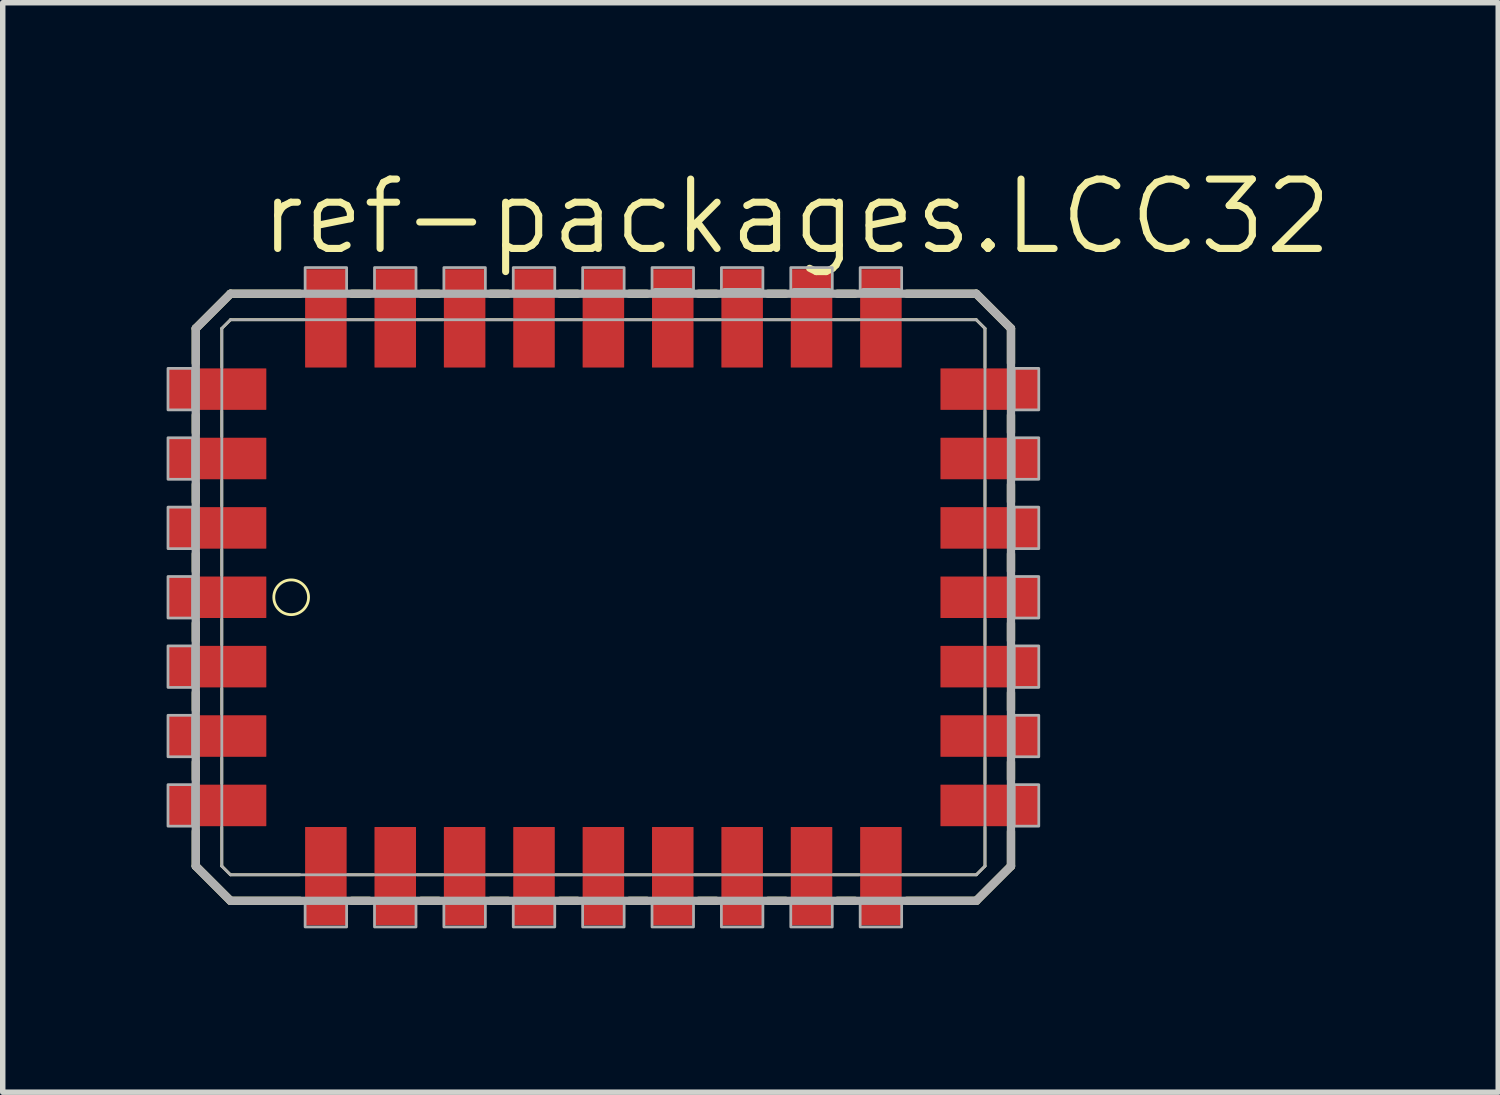
<source format=kicad_pcb>
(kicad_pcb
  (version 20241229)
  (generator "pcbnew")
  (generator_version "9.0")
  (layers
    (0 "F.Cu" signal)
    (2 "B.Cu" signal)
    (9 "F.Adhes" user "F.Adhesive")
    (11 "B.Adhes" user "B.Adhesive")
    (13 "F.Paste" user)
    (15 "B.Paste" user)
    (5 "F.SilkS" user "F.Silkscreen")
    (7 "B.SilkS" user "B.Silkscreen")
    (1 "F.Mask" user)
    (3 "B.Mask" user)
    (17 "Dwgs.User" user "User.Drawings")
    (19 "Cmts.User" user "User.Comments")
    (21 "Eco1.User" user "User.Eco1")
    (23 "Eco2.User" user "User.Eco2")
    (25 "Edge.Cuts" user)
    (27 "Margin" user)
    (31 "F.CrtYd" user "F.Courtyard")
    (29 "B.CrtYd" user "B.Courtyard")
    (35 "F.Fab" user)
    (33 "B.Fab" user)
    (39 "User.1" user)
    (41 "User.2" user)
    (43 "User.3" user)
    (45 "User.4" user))
  (footprint "ref-packages.LCC32"
    (layer "F.Cu")
    (at 7.995 8.518)
    (property "Reference" "ref-packages.LCC32" (at -6.35 -6.858 0) (layer "F.SilkS") (effects (font (size 1.27 1.27) (thickness 0.13)) (justify left bottom)))
    (attr smd)
    (fp_line (start -7.461 -5.556) (end -7.461 -4.921) (stroke (width 0.152) (type default)) (layer "F.SilkS"))
    (fp_line (start -7.461 -3.969) (end -7.461 -3.651) (stroke (width 0.152) (type default)) (layer "F.SilkS"))
    (fp_line (start -7.461 -2.699) (end -7.461 -2.381) (stroke (width 0.152) (type default)) (layer "F.SilkS"))
    (fp_line (start -7.461 -1.429) (end -7.461 -1.111) (stroke (width 0.152) (type default)) (layer "F.SilkS"))
    (fp_line (start -7.461 -0.159) (end -7.461 0.159) (stroke (width 0.152) (type default)) (layer "F.SilkS"))
    (fp_line (start -7.461 1.111) (end -7.461 1.429) (stroke (width 0.152) (type default)) (layer "F.SilkS"))
    (fp_line (start -7.461 2.381) (end -7.461 2.699) (stroke (width 0.152) (type default)) (layer "F.SilkS"))
    (fp_line (start -7.461 3.651) (end -7.461 4.286) (stroke (width 0.152) (type default)) (layer "F.SilkS"))
    (fp_line (start -7.461 4.286) (end -6.826 4.921) (stroke (width 0.152) (type default)) (layer "F.SilkS"))
    (fp_line (start -6.985 -5.556) (end -6.826 -5.715) (stroke (width 0.051) (type default)) (layer "F.SilkS"))
    (fp_line (start -6.985 -4.842) (end -6.985 -5.556) (stroke (width 0.051) (type default)) (layer "F.SilkS"))
    (fp_line (start -6.985 -3.572) (end -6.985 -4.048) (stroke (width 0.051) (type default)) (layer "F.SilkS"))
    (fp_line (start -6.985 -2.302) (end -6.985 -2.778) (stroke (width 0.051) (type default)) (layer "F.SilkS"))
    (fp_line (start -6.985 -1.032) (end -6.985 -1.508) (stroke (width 0.051) (type default)) (layer "F.SilkS"))
    (fp_line (start -6.985 0.238) (end -6.985 -0.238) (stroke (width 0.051) (type default)) (layer "F.SilkS"))
    (fp_line (start -6.985 1.508) (end -6.985 1.032) (stroke (width 0.051) (type default)) (layer "F.SilkS"))
    (fp_line (start -6.985 2.778) (end -6.985 2.302) (stroke (width 0.051) (type default)) (layer "F.SilkS"))
    (fp_line (start -6.985 4.286) (end -6.985 3.572) (stroke (width 0.051) (type default)) (layer "F.SilkS"))
    (fp_line (start -6.826 -6.191) (end -7.461 -5.556) (stroke (width 0.152) (type default)) (layer "F.SilkS"))
    (fp_line (start -6.826 -5.715) (end -5.477 -5.715) (stroke (width 0.051) (type default)) (layer "F.SilkS"))
    (fp_line (start -6.826 4.445) (end -6.985 4.286) (stroke (width 0.051) (type default)) (layer "F.SilkS"))
    (fp_line (start -6.826 4.921) (end -5.556 4.921) (stroke (width 0.152) (type default)) (layer "F.SilkS"))
    (fp_line (start -5.556 -6.191) (end -6.826 -6.191) (stroke (width 0.152) (type default)) (layer "F.SilkS"))
    (fp_line (start -5.556 4.445) (end -6.826 4.445) (stroke (width 0.051) (type default)) (layer "F.SilkS"))
    (fp_line (start -4.683 -5.715) (end -4.207 -5.715) (stroke (width 0.051) (type default)) (layer "F.SilkS"))
    (fp_line (start -4.604 4.921) (end -4.286 4.921) (stroke (width 0.152) (type default)) (layer "F.SilkS"))
    (fp_line (start -4.286 -6.191) (end -4.604 -6.191) (stroke (width 0.152) (type default)) (layer "F.SilkS"))
    (fp_line (start -4.207 4.445) (end -4.683 4.445) (stroke (width 0.051) (type default)) (layer "F.SilkS"))
    (fp_line (start -3.413 -5.715) (end -2.937 -5.715) (stroke (width 0.051) (type default)) (layer "F.SilkS"))
    (fp_line (start -3.334 4.921) (end -3.016 4.921) (stroke (width 0.152) (type default)) (layer "F.SilkS"))
    (fp_line (start -3.016 -6.191) (end -3.334 -6.191) (stroke (width 0.152) (type default)) (layer "F.SilkS"))
    (fp_line (start -2.937 4.445) (end -3.413 4.445) (stroke (width 0.051) (type default)) (layer "F.SilkS"))
    (fp_line (start -2.143 -5.715) (end -1.667 -5.715) (stroke (width 0.051) (type default)) (layer "F.SilkS"))
    (fp_line (start -2.064 4.921) (end -1.746 4.921) (stroke (width 0.152) (type default)) (layer "F.SilkS"))
    (fp_line (start -1.746 -6.191) (end -2.064 -6.191) (stroke (width 0.152) (type default)) (layer "F.SilkS"))
    (fp_line (start -1.667 4.445) (end -2.143 4.445) (stroke (width 0.051) (type default)) (layer "F.SilkS"))
    (fp_line (start -0.873 -5.715) (end -0.397 -5.715) (stroke (width 0.051) (type default)) (layer "F.SilkS"))
    (fp_line (start -0.794 4.921) (end -0.476 4.921) (stroke (width 0.152) (type default)) (layer "F.SilkS"))
    (fp_line (start -0.476 -6.191) (end -0.794 -6.191) (stroke (width 0.152) (type default)) (layer "F.SilkS"))
    (fp_line (start -0.397 4.445) (end -0.873 4.445) (stroke (width 0.051) (type default)) (layer "F.SilkS"))
    (fp_line (start 0.397 -5.715) (end 0.873 -5.715) (stroke (width 0.051) (type default)) (layer "F.SilkS"))
    (fp_line (start 0.476 4.921) (end 0.794 4.921) (stroke (width 0.152) (type default)) (layer "F.SilkS"))
    (fp_line (start 0.794 -6.191) (end 0.476 -6.191) (stroke (width 0.152) (type default)) (layer "F.SilkS"))
    (fp_line (start 0.873 4.445) (end 0.397 4.445) (stroke (width 0.051) (type default)) (layer "F.SilkS"))
    (fp_line (start 1.667 -5.715) (end 2.143 -5.715) (stroke (width 0.051) (type default)) (layer "F.SilkS"))
    (fp_line (start 1.746 4.921) (end 2.064 4.921) (stroke (width 0.152) (type default)) (layer "F.SilkS"))
    (fp_line (start 2.064 -6.191) (end 1.746 -6.191) (stroke (width 0.152) (type default)) (layer "F.SilkS"))
    (fp_line (start 2.143 4.445) (end 1.667 4.445) (stroke (width 0.051) (type default)) (layer "F.SilkS"))
    (fp_line (start 2.937 -5.715) (end 3.413 -5.715) (stroke (width 0.051) (type default)) (layer "F.SilkS"))
    (fp_line (start 3.016 4.921) (end 3.334 4.921) (stroke (width 0.152) (type default)) (layer "F.SilkS"))
    (fp_line (start 3.334 -6.191) (end 3.016 -6.191) (stroke (width 0.152) (type default)) (layer "F.SilkS"))
    (fp_line (start 3.413 4.445) (end 2.937 4.445) (stroke (width 0.051) (type default)) (layer "F.SilkS"))
    (fp_line (start 4.207 -5.715) (end 4.683 -5.715) (stroke (width 0.051) (type default)) (layer "F.SilkS"))
    (fp_line (start 4.286 4.921) (end 4.604 4.921) (stroke (width 0.152) (type default)) (layer "F.SilkS"))
    (fp_line (start 4.604 -6.191) (end 4.286 -6.191) (stroke (width 0.152) (type default)) (layer "F.SilkS"))
    (fp_line (start 4.683 4.445) (end 4.207 4.445) (stroke (width 0.051) (type default)) (layer "F.SilkS"))
    (fp_line (start 5.477 -5.715) (end 6.826 -5.715) (stroke (width 0.051) (type default)) (layer "F.SilkS"))
    (fp_line (start 5.556 4.921) (end 6.826 4.921) (stroke (width 0.152) (type default)) (layer "F.SilkS"))
    (fp_line (start 6.826 -6.191) (end 5.556 -6.191) (stroke (width 0.152) (type default)) (layer "F.SilkS"))
    (fp_line (start 6.826 -5.715) (end 6.985 -5.556) (stroke (width 0.051) (type default)) (layer "F.SilkS"))
    (fp_line (start 6.826 4.445) (end 5.477 4.445) (stroke (width 0.051) (type default)) (layer "F.SilkS"))
    (fp_line (start 6.826 4.921) (end 7.461 4.286) (stroke (width 0.152) (type default)) (layer "F.SilkS"))
    (fp_line (start 6.985 -5.556) (end 6.985 -4.842) (stroke (width 0.051) (type default)) (layer "F.SilkS"))
    (fp_line (start 6.985 -4.048) (end 6.985 -3.572) (stroke (width 0.051) (type default)) (layer "F.SilkS"))
    (fp_line (start 6.985 -2.778) (end 6.985 -2.302) (stroke (width 0.051) (type default)) (layer "F.SilkS"))
    (fp_line (start 6.985 -1.508) (end 6.985 -1.032) (stroke (width 0.051) (type default)) (layer "F.SilkS"))
    (fp_line (start 6.985 -0.238) (end 6.985 0.238) (stroke (width 0.051) (type default)) (layer "F.SilkS"))
    (fp_line (start 6.985 1.032) (end 6.985 1.508) (stroke (width 0.051) (type default)) (layer "F.SilkS"))
    (fp_line (start 6.985 2.302) (end 6.985 2.778) (stroke (width 0.051) (type default)) (layer "F.SilkS"))
    (fp_line (start 6.985 3.572) (end 6.985 4.286) (stroke (width 0.051) (type default)) (layer "F.SilkS"))
    (fp_line (start 6.985 4.286) (end 6.826 4.445) (stroke (width 0.051) (type default)) (layer "F.SilkS"))
    (fp_line (start 7.461 -5.556) (end 6.826 -6.191) (stroke (width 0.152) (type default)) (layer "F.SilkS"))
    (fp_line (start 7.461 -4.921) (end 7.461 -5.556) (stroke (width 0.152) (type default)) (layer "F.SilkS"))
    (fp_line (start 7.461 -3.651) (end 7.461 -3.969) (stroke (width 0.152) (type default)) (layer "F.SilkS"))
    (fp_line (start 7.461 -2.381) (end 7.461 -2.699) (stroke (width 0.152) (type default)) (layer "F.SilkS"))
    (fp_line (start 7.461 -1.111) (end 7.461 -1.429) (stroke (width 0.152) (type default)) (layer "F.SilkS"))
    (fp_line (start 7.461 0.159) (end 7.461 -0.159) (stroke (width 0.152) (type default)) (layer "F.SilkS"))
    (fp_line (start 7.461 1.429) (end 7.461 1.111) (stroke (width 0.152) (type default)) (layer "F.SilkS"))
    (fp_line (start 7.461 2.699) (end 7.461 2.381) (stroke (width 0.152) (type default)) (layer "F.SilkS"))
    (fp_line (start 7.461 4.286) (end 7.461 3.651) (stroke (width 0.152) (type default)) (layer "F.SilkS"))
    (fp_circle (center -5.715 -0.635) (end -5.397 -0.635) (stroke (width 0.051) (type default)) (fill no) (layer "F.SilkS"))
    (fp_line (start -7.461 -5.556) (end -7.461 4.286) (stroke (width 0.152) (type default)) (layer "F.Fab"))
    (fp_line (start -7.461 4.286) (end -6.826 4.921) (stroke (width 0.152) (type default)) (layer "F.Fab"))
    (fp_line (start -6.985 -5.556) (end -6.826 -5.715) (stroke (width 0.051) (type default)) (layer "F.Fab"))
    (fp_line (start -6.985 4.286) (end -6.985 -5.556) (stroke (width 0.051) (type default)) (layer "F.Fab"))
    (fp_line (start -6.826 -6.191) (end -7.461 -5.556) (stroke (width 0.152) (type default)) (layer "F.Fab"))
    (fp_line (start -6.826 -5.715) (end 6.826 -5.715) (stroke (width 0.051) (type default)) (layer "F.Fab"))
    (fp_line (start -6.826 4.445) (end -6.985 4.286) (stroke (width 0.051) (type default)) (layer "F.Fab"))
    (fp_line (start -6.826 4.921) (end 6.826 4.921) (stroke (width 0.152) (type default)) (layer "F.Fab"))
    (fp_line (start 0.95 -6.22) (end 1.59 -6.22) (stroke (width 0.152) (type default)) (layer "F.Fab"))
    (fp_line (start 2.22 -6.22) (end 2.86 -6.22) (stroke (width 0.152) (type default)) (layer "F.Fab"))
    (fp_line (start 3.49 -6.22) (end 4.13 -6.22) (stroke (width 0.152) (type default)) (layer "F.Fab"))
    (fp_line (start 4.76 -6.22) (end 5.4 -6.22) (stroke (width 0.152) (type default)) (layer "F.Fab"))
    (fp_line (start 6.826 -6.191) (end -6.826 -6.191) (stroke (width 0.152) (type default)) (layer "F.Fab"))
    (fp_line (start 6.826 -5.715) (end 6.985 -5.556) (stroke (width 0.051) (type default)) (layer "F.Fab"))
    (fp_line (start 6.826 4.445) (end -6.826 4.445) (stroke (width 0.051) (type default)) (layer "F.Fab"))
    (fp_line (start 6.826 4.921) (end 7.461 4.286) (stroke (width 0.152) (type default)) (layer "F.Fab"))
    (fp_line (start 6.985 -5.556) (end 6.985 4.286) (stroke (width 0.051) (type default)) (layer "F.Fab"))
    (fp_line (start 6.985 4.286) (end 6.826 4.445) (stroke (width 0.051) (type default)) (layer "F.Fab"))
    (fp_line (start 7.461 -5.556) (end 6.826 -6.191) (stroke (width 0.152) (type default)) (layer "F.Fab"))
    (fp_line (start 7.461 4.286) (end 7.461 -5.556) (stroke (width 0.152) (type default)) (layer "F.Fab"))
    (fp_rect (start -7.97 -4.065) (end -7.52 -4.825) (stroke (width 0.05) (type default)) (fill no) (layer "F.Fab"))
    (fp_rect (start -7.97 -2.795) (end -7.52 -3.555) (stroke (width 0.05) (type default)) (fill no) (layer "F.Fab"))
    (fp_rect (start -7.97 -1.525) (end -7.52 -2.285) (stroke (width 0.05) (type default)) (fill no) (layer "F.Fab"))
    (fp_rect (start -7.97 -0.255) (end -7.52 -1.015) (stroke (width 0.05) (type default)) (fill no) (layer "F.Fab"))
    (fp_rect (start -7.97 1.015) (end -7.52 0.255) (stroke (width 0.05) (type default)) (fill no) (layer "F.Fab"))
    (fp_rect (start -7.97 2.285) (end -7.52 1.525) (stroke (width 0.05) (type default)) (fill no) (layer "F.Fab"))
    (fp_rect (start -7.97 3.555) (end -7.52 2.795) (stroke (width 0.05) (type default)) (fill no) (layer "F.Fab"))
    (fp_rect (start -5.46 -6.22) (end -4.7 -6.67) (stroke (width 0.05) (type default)) (fill no) (layer "F.Fab"))
    (fp_rect (start -5.46 5.4) (end -4.7 4.95) (stroke (width 0.05) (type default)) (fill no) (layer "F.Fab"))
    (fp_rect (start -4.19 -6.22) (end -3.43 -6.67) (stroke (width 0.05) (type default)) (fill no) (layer "F.Fab"))
    (fp_rect (start -4.19 5.4) (end -3.43 4.95) (stroke (width 0.05) (type default)) (fill no) (layer "F.Fab"))
    (fp_rect (start -2.92 -6.22) (end -2.16 -6.67) (stroke (width 0.05) (type default)) (fill no) (layer "F.Fab"))
    (fp_rect (start -2.92 5.4) (end -2.16 4.95) (stroke (width 0.05) (type default)) (fill no) (layer "F.Fab"))
    (fp_rect (start -1.65 -6.22) (end -0.89 -6.67) (stroke (width 0.05) (type default)) (fill no) (layer "F.Fab"))
    (fp_rect (start -1.65 5.4) (end -0.89 4.95) (stroke (width 0.05) (type default)) (fill no) (layer "F.Fab"))
    (fp_rect (start -0.38 -6.22) (end 0.38 -6.67) (stroke (width 0.05) (type default)) (fill no) (layer "F.Fab"))
    (fp_rect (start -0.38 5.4) (end 0.38 4.95) (stroke (width 0.05) (type default)) (fill no) (layer "F.Fab"))
    (fp_rect (start 0.89 -6.22) (end 1.65 -6.67) (stroke (width 0.05) (type default)) (fill no) (layer "F.Fab"))
    (fp_rect (start 0.89 5.4) (end 1.65 4.95) (stroke (width 0.05) (type default)) (fill no) (layer "F.Fab"))
    (fp_rect (start 2.16 -6.22) (end 2.92 -6.67) (stroke (width 0.05) (type default)) (fill no) (layer "F.Fab"))
    (fp_rect (start 2.16 5.4) (end 2.92 4.95) (stroke (width 0.05) (type default)) (fill no) (layer "F.Fab"))
    (fp_rect (start 3.43 -6.22) (end 4.19 -6.67) (stroke (width 0.05) (type default)) (fill no) (layer "F.Fab"))
    (fp_rect (start 3.43 5.4) (end 4.19 4.95) (stroke (width 0.05) (type default)) (fill no) (layer "F.Fab"))
    (fp_rect (start 4.7 -6.22) (end 5.46 -6.67) (stroke (width 0.05) (type default)) (fill no) (layer "F.Fab"))
    (fp_rect (start 4.7 5.4) (end 5.46 4.95) (stroke (width 0.05) (type default)) (fill no) (layer "F.Fab"))
    (fp_rect (start 7.52 -4.065) (end 7.97 -4.825) (stroke (width 0.05) (type default)) (fill no) (layer "F.Fab"))
    (fp_rect (start 7.52 -2.795) (end 7.97 -3.555) (stroke (width 0.05) (type default)) (fill no) (layer "F.Fab"))
    (fp_rect (start 7.52 -1.525) (end 7.97 -2.285) (stroke (width 0.05) (type default)) (fill no) (layer "F.Fab"))
    (fp_rect (start 7.52 -0.255) (end 7.97 -1.015) (stroke (width 0.05) (type default)) (fill no) (layer "F.Fab"))
    (fp_rect (start 7.52 1.015) (end 7.97 0.255) (stroke (width 0.05) (type default)) (fill no) (layer "F.Fab"))
    (fp_rect (start 7.52 2.285) (end 7.97 1.525) (stroke (width 0.05) (type default)) (fill no) (layer "F.Fab"))
    (fp_rect (start 7.52 3.555) (end 7.97 2.795) (stroke (width 0.05) (type default)) (fill no) (layer "F.Fab"))
    (pad "1" smd roundrect (at -7.07 -0.635) (size 1.8 0.76) (layers "F.Cu" "F.Mask" "F.Paste") (roundrect_rratio 0.01))
    (pad "2" smd roundrect (at -7.07 0.635) (size 1.8 0.76) (layers "F.Cu" "F.Mask" "F.Paste") (roundrect_rratio 0.01))
    (pad "3" smd roundrect (at -7.07 1.905) (size 1.8 0.76) (layers "F.Cu" "F.Mask" "F.Paste") (roundrect_rratio 0.01))
    (pad "4" smd roundrect (at -7.07 3.175) (size 1.8 0.76) (layers "F.Cu" "F.Mask" "F.Paste") (roundrect_rratio 0.01))
    (pad "5" smd roundrect (at -5.08 4.47) (size 0.76 1.8) (layers "F.Cu" "F.Mask" "F.Paste") (roundrect_rratio 0.01))
    (pad "6" smd roundrect (at -3.81 4.47) (size 0.76 1.8) (layers "F.Cu" "F.Mask" "F.Paste") (roundrect_rratio 0.01))
    (pad "7" smd roundrect (at -2.54 4.47) (size 0.76 1.8) (layers "F.Cu" "F.Mask" "F.Paste") (roundrect_rratio 0.01))
    (pad "8" smd roundrect (at -1.27 4.47) (size 0.76 1.8) (layers "F.Cu" "F.Mask" "F.Paste") (roundrect_rratio 0.01))
    (pad "9" smd roundrect (at 0 4.47) (size 0.76 1.8) (layers "F.Cu" "F.Mask" "F.Paste") (roundrect_rratio 0.01))
    (pad "10" smd roundrect (at 1.27 4.47) (size 0.76 1.8) (layers "F.Cu" "F.Mask" "F.Paste") (roundrect_rratio 0.01))
    (pad "11" smd roundrect (at 2.54 4.47) (size 0.76 1.8) (layers "F.Cu" "F.Mask" "F.Paste") (roundrect_rratio 0.01))
    (pad "12" smd roundrect (at 3.81 4.47) (size 0.76 1.8) (layers "F.Cu" "F.Mask" "F.Paste") (roundrect_rratio 0.01))
    (pad "13" smd roundrect (at 5.08 4.47) (size 0.76 1.8) (layers "F.Cu" "F.Mask" "F.Paste") (roundrect_rratio 0.01))
    (pad "14" smd roundrect (at 7.07 3.175) (size 1.8 0.76) (layers "F.Cu" "F.Mask" "F.Paste") (roundrect_rratio 0.01))
    (pad "15" smd roundrect (at 7.07 1.905) (size 1.8 0.76) (layers "F.Cu" "F.Mask" "F.Paste") (roundrect_rratio 0.01))
    (pad "16" smd roundrect (at 7.07 0.635) (size 1.8 0.76) (layers "F.Cu" "F.Mask" "F.Paste") (roundrect_rratio 0.01))
    (pad "17" smd roundrect (at 7.07 -0.635) (size 1.8 0.76) (layers "F.Cu" "F.Mask" "F.Paste") (roundrect_rratio 0.01))
    (pad "18" smd roundrect (at 7.07 -1.905) (size 1.8 0.76) (layers "F.Cu" "F.Mask" "F.Paste") (roundrect_rratio 0.01))
    (pad "19" smd roundrect (at 7.07 -3.175) (size 1.8 0.76) (layers "F.Cu" "F.Mask" "F.Paste") (roundrect_rratio 0.01))
    (pad "20" smd roundrect (at 7.07 -4.445) (size 1.8 0.76) (layers "F.Cu" "F.Mask" "F.Paste") (roundrect_rratio 0.01))
    (pad "21" smd roundrect (at 5.08 -5.74) (size 0.76 1.8) (layers "F.Cu" "F.Mask" "F.Paste") (roundrect_rratio 0.01))
    (pad "22" smd roundrect (at 3.81 -5.74) (size 0.76 1.8) (layers "F.Cu" "F.Mask" "F.Paste") (roundrect_rratio 0.01))
    (pad "23" smd roundrect (at 2.54 -5.74) (size 0.76 1.8) (layers "F.Cu" "F.Mask" "F.Paste") (roundrect_rratio 0.01))
    (pad "24" smd roundrect (at 1.27 -5.74) (size 0.76 1.8) (layers "F.Cu" "F.Mask" "F.Paste") (roundrect_rratio 0.01))
    (pad "25" smd roundrect (at 0 -5.74) (size 0.76 1.8) (layers "F.Cu" "F.Mask" "F.Paste") (roundrect_rratio 0.01))
    (pad "26" smd roundrect (at -1.27 -5.74) (size 0.76 1.8) (layers "F.Cu" "F.Mask" "F.Paste") (roundrect_rratio 0.01))
    (pad "27" smd roundrect (at -2.54 -5.74) (size 0.76 1.8) (layers "F.Cu" "F.Mask" "F.Paste") (roundrect_rratio 0.01))
    (pad "28" smd roundrect (at -3.81 -5.74) (size 0.76 1.8) (layers "F.Cu" "F.Mask" "F.Paste") (roundrect_rratio 0.01))
    (pad "29" smd roundrect (at -5.08 -5.74) (size 0.76 1.8) (layers "F.Cu" "F.Mask" "F.Paste") (roundrect_rratio 0.01))
    (pad "30" smd roundrect (at -7.07 -4.445) (size 1.8 0.76) (layers "F.Cu" "F.Mask" "F.Paste") (roundrect_rratio 0.01))
    (pad "31" smd roundrect (at -7.07 -3.175) (size 1.8 0.76) (layers "F.Cu" "F.Mask" "F.Paste") (roundrect_rratio 0.01))
    (pad "32" smd roundrect (at -7.07 -1.905) (size 1.8 0.76) (layers "F.Cu" "F.Mask" "F.Paste") (roundrect_rratio 0.01)))
  (gr_rect
    (start -3 -3)
    (end 24.375 16.943)
    (stroke (width 0.1) (type default))
    (fill no)
    (layer "Edge.Cuts")))
</source>
